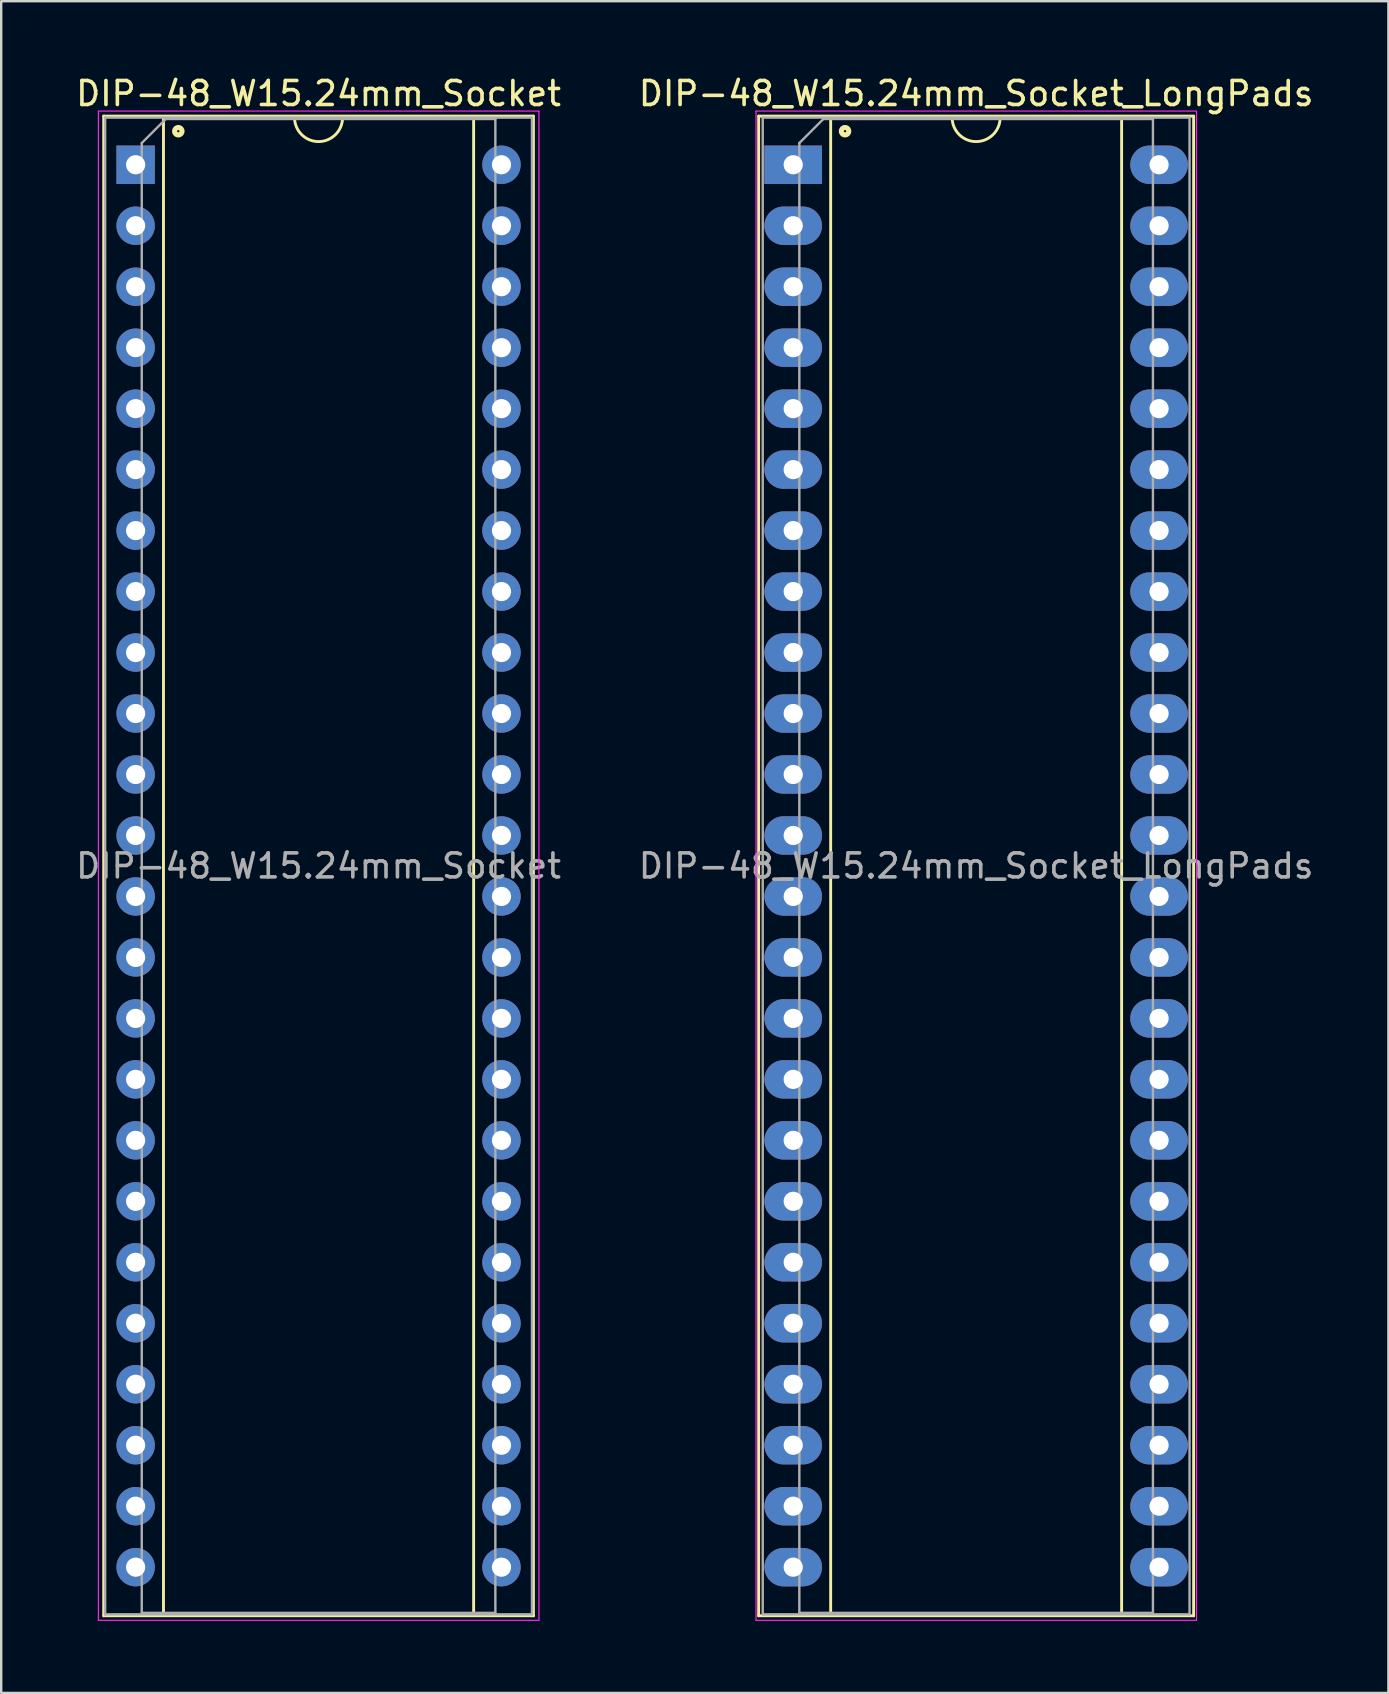
<source format=kicad_pcb>
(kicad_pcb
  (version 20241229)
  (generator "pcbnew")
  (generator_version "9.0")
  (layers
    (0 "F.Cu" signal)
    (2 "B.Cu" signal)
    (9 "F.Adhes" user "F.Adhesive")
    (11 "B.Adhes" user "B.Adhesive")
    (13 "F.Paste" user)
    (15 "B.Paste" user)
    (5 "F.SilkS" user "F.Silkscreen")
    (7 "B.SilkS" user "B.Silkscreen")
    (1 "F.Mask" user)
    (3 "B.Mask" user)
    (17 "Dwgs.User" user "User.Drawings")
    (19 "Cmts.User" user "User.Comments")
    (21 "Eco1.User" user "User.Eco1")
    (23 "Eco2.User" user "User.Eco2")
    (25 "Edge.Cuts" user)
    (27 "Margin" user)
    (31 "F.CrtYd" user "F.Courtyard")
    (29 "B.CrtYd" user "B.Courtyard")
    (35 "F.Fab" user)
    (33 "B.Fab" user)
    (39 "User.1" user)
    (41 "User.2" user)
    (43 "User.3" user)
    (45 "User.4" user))
  (footprint "DIP-48_W15.24mm_Socket_LongPads"
    (layer "F.Cu")
    (at 29.993 3.813)
    (property "Reference" "DIP-48_W15.24mm_Socket_LongPads" (at 7.62 -2.965 0) (layer "F.SilkS") (effects (font (size 1 1) (thickness 0.15))))
    (attr through_hole)
    (fp_line (start -1.44 -2.025) (end -1.44 60.445) (stroke (width 0.12) (type solid)) (layer "F.SilkS"))
    (fp_line (start -1.44 60.445) (end 16.68 60.445) (stroke (width 0.12) (type solid)) (layer "F.SilkS"))
    (fp_line (start 1.56 -1.965) (end 1.56 60.385) (stroke (width 0.12) (type solid)) (layer "F.SilkS"))
    (fp_line (start 1.56 60.385) (end 13.68 60.385) (stroke (width 0.12) (type solid)) (layer "F.SilkS"))
    (fp_line (start 6.62 -1.965) (end 1.56 -1.965) (stroke (width 0.12) (type solid)) (layer "F.SilkS"))
    (fp_line (start 13.68 -1.965) (end 8.62 -1.965) (stroke (width 0.12) (type solid)) (layer "F.SilkS"))
    (fp_line (start 13.68 60.385) (end 13.68 -1.965) (stroke (width 0.12) (type solid)) (layer "F.SilkS"))
    (fp_line (start 16.68 -2.025) (end -1.44 -2.025) (stroke (width 0.12) (type solid)) (layer "F.SilkS"))
    (fp_line (start 16.68 60.445) (end 16.68 -2.025) (stroke (width 0.12) (type solid)) (layer "F.SilkS"))
    (fp_arc (start 8.62 -1.965) (mid 7.62 -0.965) (end 6.62 -1.965) (stroke (width 0.12) (type solid)) (layer "F.SilkS"))
    (fp_circle (center 2.159 -1.397) (end 2.209 -1.397) (stroke (width 0.12) (type solid)) (fill no) (layer "F.SilkS"))
    (fp_circle (center 2.159 -1.397) (end 2.284 -1.397) (stroke (width 0.12) (type solid)) (fill no) (layer "F.SilkS"))
    (fp_circle (center 2.159 -1.397) (end 2.359 -1.397) (stroke (width 0.12) (type solid)) (fill no) (layer "F.SilkS"))
    (fp_line (start -1.55 -2.235) (end -1.55 60.635) (stroke (width 0.05) (type solid)) (layer "F.CrtYd"))
    (fp_line (start -1.55 60.635) (end 16.8 60.635) (stroke (width 0.05) (type solid)) (layer "F.CrtYd"))
    (fp_line (start 16.8 -2.235) (end -1.55 -2.235) (stroke (width 0.05) (type solid)) (layer "F.CrtYd"))
    (fp_line (start 16.8 60.635) (end 16.8 -2.235) (stroke (width 0.05) (type solid)) (layer "F.CrtYd"))
    (fp_line (start -1.27 -1.965) (end -1.27 60.385) (stroke (width 0.1) (type solid)) (layer "F.Fab"))
    (fp_line (start -1.27 60.385) (end 16.51 60.385) (stroke (width 0.1) (type solid)) (layer "F.Fab"))
    (fp_line (start 0.255 -0.905) (end 1.255 -1.905) (stroke (width 0.1) (type solid)) (layer "F.Fab"))
    (fp_line (start 0.255 60.325) (end 0.255 -0.905) (stroke (width 0.1) (type solid)) (layer "F.Fab"))
    (fp_line (start 1.255 -1.905) (end 14.985 -1.905) (stroke (width 0.1) (type solid)) (layer "F.Fab"))
    (fp_line (start 14.985 -1.905) (end 14.985 60.325) (stroke (width 0.1) (type solid)) (layer "F.Fab"))
    (fp_line (start 14.985 60.325) (end 0.255 60.325) (stroke (width 0.1) (type solid)) (layer "F.Fab"))
    (fp_line (start 16.51 -1.965) (end -1.27 -1.965) (stroke (width 0.1) (type solid)) (layer "F.Fab"))
    (fp_line (start 16.51 60.385) (end 16.51 -1.965) (stroke (width 0.1) (type solid)) (layer "F.Fab"))
    (fp_text user "${REFERENCE}" (at 7.62 29.21 0) (layer "F.Fab") (effects (font (size 1 1) (thickness 0.15))))
    (pad "1" thru_hole rect (at 0 0) (size 2.4 1.6) (drill 0.8) (layers "*.Cu" "*.Mask"))
    (pad "2" thru_hole oval (at 0 2.54) (size 2.4 1.6) (drill 0.8) (layers "*.Cu" "*.Mask"))
    (pad "3" thru_hole oval (at 0 5.08) (size 2.4 1.6) (drill 0.8) (layers "*.Cu" "*.Mask"))
    (pad "4" thru_hole oval (at 0 7.62) (size 2.4 1.6) (drill 0.8) (layers "*.Cu" "*.Mask"))
    (pad "5" thru_hole oval (at 0 10.16) (size 2.4 1.6) (drill 0.8) (layers "*.Cu" "*.Mask"))
    (pad "6" thru_hole oval (at 0 12.7) (size 2.4 1.6) (drill 0.8) (layers "*.Cu" "*.Mask"))
    (pad "7" thru_hole oval (at 0 15.24) (size 2.4 1.6) (drill 0.8) (layers "*.Cu" "*.Mask"))
    (pad "8" thru_hole oval (at 0 17.78) (size 2.4 1.6) (drill 0.8) (layers "*.Cu" "*.Mask"))
    (pad "9" thru_hole oval (at 0 20.32) (size 2.4 1.6) (drill 0.8) (layers "*.Cu" "*.Mask"))
    (pad "10" thru_hole oval (at 0 22.86) (size 2.4 1.6) (drill 0.8) (layers "*.Cu" "*.Mask"))
    (pad "11" thru_hole oval (at 0 25.4) (size 2.4 1.6) (drill 0.8) (layers "*.Cu" "*.Mask"))
    (pad "12" thru_hole oval (at 0 27.94) (size 2.4 1.6) (drill 0.8) (layers "*.Cu" "*.Mask"))
    (pad "13" thru_hole oval (at 0 30.48) (size 2.4 1.6) (drill 0.8) (layers "*.Cu" "*.Mask"))
    (pad "14" thru_hole oval (at 0 33.02) (size 2.4 1.6) (drill 0.8) (layers "*.Cu" "*.Mask"))
    (pad "15" thru_hole oval (at 0 35.56) (size 2.4 1.6) (drill 0.8) (layers "*.Cu" "*.Mask"))
    (pad "16" thru_hole oval (at 0 38.1) (size 2.4 1.6) (drill 0.8) (layers "*.Cu" "*.Mask"))
    (pad "17" thru_hole oval (at 0 40.64) (size 2.4 1.6) (drill 0.8) (layers "*.Cu" "*.Mask"))
    (pad "18" thru_hole oval (at 0 43.18) (size 2.4 1.6) (drill 0.8) (layers "*.Cu" "*.Mask"))
    (pad "19" thru_hole oval (at 0 45.72) (size 2.4 1.6) (drill 0.8) (layers "*.Cu" "*.Mask"))
    (pad "20" thru_hole oval (at 0 48.26) (size 2.4 1.6) (drill 0.8) (layers "*.Cu" "*.Mask"))
    (pad "21" thru_hole oval (at 0 50.8) (size 2.4 1.6) (drill 0.8) (layers "*.Cu" "*.Mask"))
    (pad "22" thru_hole oval (at 0 53.34) (size 2.4 1.6) (drill 0.8) (layers "*.Cu" "*.Mask"))
    (pad "23" thru_hole oval (at 0 55.88) (size 2.4 1.6) (drill 0.8) (layers "*.Cu" "*.Mask"))
    (pad "24" thru_hole oval (at 0 58.42) (size 2.4 1.6) (drill 0.8) (layers "*.Cu" "*.Mask"))
    (pad "25" thru_hole oval (at 15.24 58.42) (size 2.4 1.6) (drill 0.8) (layers "*.Cu" "*.Mask"))
    (pad "26" thru_hole oval (at 15.24 55.88) (size 2.4 1.6) (drill 0.8) (layers "*.Cu" "*.Mask"))
    (pad "27" thru_hole oval (at 15.24 53.34) (size 2.4 1.6) (drill 0.8) (layers "*.Cu" "*.Mask"))
    (pad "28" thru_hole oval (at 15.24 50.8) (size 2.4 1.6) (drill 0.8) (layers "*.Cu" "*.Mask"))
    (pad "29" thru_hole oval (at 15.24 48.26) (size 2.4 1.6) (drill 0.8) (layers "*.Cu" "*.Mask"))
    (pad "30" thru_hole oval (at 15.24 45.72) (size 2.4 1.6) (drill 0.8) (layers "*.Cu" "*.Mask"))
    (pad "31" thru_hole oval (at 15.24 43.18) (size 2.4 1.6) (drill 0.8) (layers "*.Cu" "*.Mask"))
    (pad "32" thru_hole oval (at 15.24 40.64) (size 2.4 1.6) (drill 0.8) (layers "*.Cu" "*.Mask"))
    (pad "33" thru_hole oval (at 15.24 38.1) (size 2.4 1.6) (drill 0.8) (layers "*.Cu" "*.Mask"))
    (pad "34" thru_hole oval (at 15.24 35.56) (size 2.4 1.6) (drill 0.8) (layers "*.Cu" "*.Mask"))
    (pad "35" thru_hole oval (at 15.24 33.02) (size 2.4 1.6) (drill 0.8) (layers "*.Cu" "*.Mask"))
    (pad "36" thru_hole oval (at 15.24 30.48) (size 2.4 1.6) (drill 0.8) (layers "*.Cu" "*.Mask"))
    (pad "37" thru_hole oval (at 15.24 27.94) (size 2.4 1.6) (drill 0.8) (layers "*.Cu" "*.Mask"))
    (pad "38" thru_hole oval (at 15.24 25.4) (size 2.4 1.6) (drill 0.8) (layers "*.Cu" "*.Mask"))
    (pad "39" thru_hole oval (at 15.24 22.86) (size 2.4 1.6) (drill 0.8) (layers "*.Cu" "*.Mask"))
    (pad "40" thru_hole oval (at 15.24 20.32) (size 2.4 1.6) (drill 0.8) (layers "*.Cu" "*.Mask"))
    (pad "41" thru_hole oval (at 15.24 17.78) (size 2.4 1.6) (drill 0.8) (layers "*.Cu" "*.Mask"))
    (pad "42" thru_hole oval (at 15.24 15.24) (size 2.4 1.6) (drill 0.8) (layers "*.Cu" "*.Mask"))
    (pad "43" thru_hole oval (at 15.24 12.7) (size 2.4 1.6) (drill 0.8) (layers "*.Cu" "*.Mask"))
    (pad "44" thru_hole oval (at 15.24 10.16) (size 2.4 1.6) (drill 0.8) (layers "*.Cu" "*.Mask"))
    (pad "45" thru_hole oval (at 15.24 7.62) (size 2.4 1.6) (drill 0.8) (layers "*.Cu" "*.Mask"))
    (pad "46" thru_hole oval (at 15.24 5.08) (size 2.4 1.6) (drill 0.8) (layers "*.Cu" "*.Mask"))
    (pad "47" thru_hole oval (at 15.24 2.54) (size 2.4 1.6) (drill 0.8) (layers "*.Cu" "*.Mask"))
    (pad "48" thru_hole oval (at 15.24 0) (size 2.4 1.6) (drill 0.8) (layers "*.Cu" "*.Mask")))
  (footprint "DIP-48_W15.24mm_Socket"
    (layer "F.Cu")
    (at 2.6 3.813)
    (property "Reference" "DIP-48_W15.24mm_Socket" (at 7.62 -2.965 0) (layer "F.SilkS") (effects (font (size 1 1) (thickness 0.15))))
    (attr through_hole)
    (fp_line (start -1.33 -2.025) (end -1.33 60.445) (stroke (width 0.12) (type solid)) (layer "F.SilkS"))
    (fp_line (start -1.33 60.445) (end 16.57 60.445) (stroke (width 0.12) (type solid)) (layer "F.SilkS"))
    (fp_line (start 1.16 -1.965) (end 1.16 60.385) (stroke (width 0.12) (type solid)) (layer "F.SilkS"))
    (fp_line (start 1.16 60.385) (end 14.08 60.385) (stroke (width 0.12) (type solid)) (layer "F.SilkS"))
    (fp_line (start 6.62 -1.965) (end 1.16 -1.965) (stroke (width 0.12) (type solid)) (layer "F.SilkS"))
    (fp_line (start 14.08 -1.965) (end 8.62 -1.965) (stroke (width 0.12) (type solid)) (layer "F.SilkS"))
    (fp_line (start 14.08 60.385) (end 14.08 -1.965) (stroke (width 0.12) (type solid)) (layer "F.SilkS"))
    (fp_line (start 16.57 -2.025) (end -1.33 -2.025) (stroke (width 0.12) (type solid)) (layer "F.SilkS"))
    (fp_line (start 16.57 60.445) (end 16.57 -2.025) (stroke (width 0.12) (type solid)) (layer "F.SilkS"))
    (fp_arc (start 8.62 -1.965) (mid 7.62 -0.965) (end 6.62 -1.965) (stroke (width 0.12) (type solid)) (layer "F.SilkS"))
    (fp_circle (center 1.778 -1.397) (end 1.828 -1.397) (stroke (width 0.12) (type solid)) (fill no) (layer "F.SilkS"))
    (fp_circle (center 1.778 -1.397) (end 1.903 -1.397) (stroke (width 0.12) (type solid)) (fill no) (layer "F.SilkS"))
    (fp_circle (center 1.778 -1.397) (end 1.978 -1.397) (stroke (width 0.12) (type solid)) (fill no) (layer "F.SilkS"))
    (fp_line (start -1.55 -2.235) (end -1.55 60.635) (stroke (width 0.05) (type solid)) (layer "F.CrtYd"))
    (fp_line (start -1.55 60.635) (end 16.8 60.635) (stroke (width 0.05) (type solid)) (layer "F.CrtYd"))
    (fp_line (start 16.8 -2.235) (end -1.55 -2.235) (stroke (width 0.05) (type solid)) (layer "F.CrtYd"))
    (fp_line (start 16.8 60.635) (end 16.8 -2.235) (stroke (width 0.05) (type solid)) (layer "F.CrtYd"))
    (fp_line (start -1.27 -1.965) (end -1.27 60.385) (stroke (width 0.1) (type solid)) (layer "F.Fab"))
    (fp_line (start -1.27 60.385) (end 16.51 60.385) (stroke (width 0.1) (type solid)) (layer "F.Fab"))
    (fp_line (start 0.255 -0.905) (end 1.255 -1.905) (stroke (width 0.1) (type solid)) (layer "F.Fab"))
    (fp_line (start 0.255 60.325) (end 0.255 -0.905) (stroke (width 0.1) (type solid)) (layer "F.Fab"))
    (fp_line (start 1.255 -1.905) (end 14.985 -1.905) (stroke (width 0.1) (type solid)) (layer "F.Fab"))
    (fp_line (start 14.985 -1.905) (end 14.985 60.325) (stroke (width 0.1) (type solid)) (layer "F.Fab"))
    (fp_line (start 14.985 60.325) (end 0.255 60.325) (stroke (width 0.1) (type solid)) (layer "F.Fab"))
    (fp_line (start 16.51 -1.965) (end -1.27 -1.965) (stroke (width 0.1) (type solid)) (layer "F.Fab"))
    (fp_line (start 16.51 60.385) (end 16.51 -1.965) (stroke (width 0.1) (type solid)) (layer "F.Fab"))
    (fp_text user "${REFERENCE}" (at 7.62 29.21 0) (layer "F.Fab") (effects (font (size 1 1) (thickness 0.15))))
    (pad "1" thru_hole rect (at 0 0) (size 1.6 1.6) (drill 0.8) (layers "*.Cu" "*.Mask"))
    (pad "2" thru_hole oval (at 0 2.54) (size 1.6 1.6) (drill 0.8) (layers "*.Cu" "*.Mask"))
    (pad "3" thru_hole oval (at 0 5.08) (size 1.6 1.6) (drill 0.8) (layers "*.Cu" "*.Mask"))
    (pad "4" thru_hole oval (at 0 7.62) (size 1.6 1.6) (drill 0.8) (layers "*.Cu" "*.Mask"))
    (pad "5" thru_hole oval (at 0 10.16) (size 1.6 1.6) (drill 0.8) (layers "*.Cu" "*.Mask"))
    (pad "6" thru_hole oval (at 0 12.7) (size 1.6 1.6) (drill 0.8) (layers "*.Cu" "*.Mask"))
    (pad "7" thru_hole oval (at 0 15.24) (size 1.6 1.6) (drill 0.8) (layers "*.Cu" "*.Mask"))
    (pad "8" thru_hole oval (at 0 17.78) (size 1.6 1.6) (drill 0.8) (layers "*.Cu" "*.Mask"))
    (pad "9" thru_hole oval (at 0 20.32) (size 1.6 1.6) (drill 0.8) (layers "*.Cu" "*.Mask"))
    (pad "10" thru_hole oval (at 0 22.86) (size 1.6 1.6) (drill 0.8) (layers "*.Cu" "*.Mask"))
    (pad "11" thru_hole oval (at 0 25.4) (size 1.6 1.6) (drill 0.8) (layers "*.Cu" "*.Mask"))
    (pad "12" thru_hole oval (at 0 27.94) (size 1.6 1.6) (drill 0.8) (layers "*.Cu" "*.Mask"))
    (pad "13" thru_hole oval (at 0 30.48) (size 1.6 1.6) (drill 0.8) (layers "*.Cu" "*.Mask"))
    (pad "14" thru_hole oval (at 0 33.02) (size 1.6 1.6) (drill 0.8) (layers "*.Cu" "*.Mask"))
    (pad "15" thru_hole oval (at 0 35.56) (size 1.6 1.6) (drill 0.8) (layers "*.Cu" "*.Mask"))
    (pad "16" thru_hole oval (at 0 38.1) (size 1.6 1.6) (drill 0.8) (layers "*.Cu" "*.Mask"))
    (pad "17" thru_hole oval (at 0 40.64) (size 1.6 1.6) (drill 0.8) (layers "*.Cu" "*.Mask"))
    (pad "18" thru_hole oval (at 0 43.18) (size 1.6 1.6) (drill 0.8) (layers "*.Cu" "*.Mask"))
    (pad "19" thru_hole oval (at 0 45.72) (size 1.6 1.6) (drill 0.8) (layers "*.Cu" "*.Mask"))
    (pad "20" thru_hole oval (at 0 48.26) (size 1.6 1.6) (drill 0.8) (layers "*.Cu" "*.Mask"))
    (pad "21" thru_hole oval (at 0 50.8) (size 1.6 1.6) (drill 0.8) (layers "*.Cu" "*.Mask"))
    (pad "22" thru_hole oval (at 0 53.34) (size 1.6 1.6) (drill 0.8) (layers "*.Cu" "*.Mask"))
    (pad "23" thru_hole oval (at 0 55.88) (size 1.6 1.6) (drill 0.8) (layers "*.Cu" "*.Mask"))
    (pad "24" thru_hole oval (at 0 58.42) (size 1.6 1.6) (drill 0.8) (layers "*.Cu" "*.Mask"))
    (pad "25" thru_hole oval (at 15.24 58.42) (size 1.6 1.6) (drill 0.8) (layers "*.Cu" "*.Mask"))
    (pad "26" thru_hole oval (at 15.24 55.88) (size 1.6 1.6) (drill 0.8) (layers "*.Cu" "*.Mask"))
    (pad "27" thru_hole oval (at 15.24 53.34) (size 1.6 1.6) (drill 0.8) (layers "*.Cu" "*.Mask"))
    (pad "28" thru_hole oval (at 15.24 50.8) (size 1.6 1.6) (drill 0.8) (layers "*.Cu" "*.Mask"))
    (pad "29" thru_hole oval (at 15.24 48.26) (size 1.6 1.6) (drill 0.8) (layers "*.Cu" "*.Mask"))
    (pad "30" thru_hole oval (at 15.24 45.72) (size 1.6 1.6) (drill 0.8) (layers "*.Cu" "*.Mask"))
    (pad "31" thru_hole oval (at 15.24 43.18) (size 1.6 1.6) (drill 0.8) (layers "*.Cu" "*.Mask"))
    (pad "32" thru_hole oval (at 15.24 40.64) (size 1.6 1.6) (drill 0.8) (layers "*.Cu" "*.Mask"))
    (pad "33" thru_hole oval (at 15.24 38.1) (size 1.6 1.6) (drill 0.8) (layers "*.Cu" "*.Mask"))
    (pad "34" thru_hole oval (at 15.24 35.56) (size 1.6 1.6) (drill 0.8) (layers "*.Cu" "*.Mask"))
    (pad "35" thru_hole oval (at 15.24 33.02) (size 1.6 1.6) (drill 0.8) (layers "*.Cu" "*.Mask"))
    (pad "36" thru_hole oval (at 15.24 30.48) (size 1.6 1.6) (drill 0.8) (layers "*.Cu" "*.Mask"))
    (pad "37" thru_hole oval (at 15.24 27.94) (size 1.6 1.6) (drill 0.8) (layers "*.Cu" "*.Mask"))
    (pad "38" thru_hole oval (at 15.24 25.4) (size 1.6 1.6) (drill 0.8) (layers "*.Cu" "*.Mask"))
    (pad "39" thru_hole oval (at 15.24 22.86) (size 1.6 1.6) (drill 0.8) (layers "*.Cu" "*.Mask"))
    (pad "40" thru_hole oval (at 15.24 20.32) (size 1.6 1.6) (drill 0.8) (layers "*.Cu" "*.Mask"))
    (pad "41" thru_hole oval (at 15.24 17.78) (size 1.6 1.6) (drill 0.8) (layers "*.Cu" "*.Mask"))
    (pad "42" thru_hole oval (at 15.24 15.24) (size 1.6 1.6) (drill 0.8) (layers "*.Cu" "*.Mask"))
    (pad "43" thru_hole oval (at 15.24 12.7) (size 1.6 1.6) (drill 0.8) (layers "*.Cu" "*.Mask"))
    (pad "44" thru_hole oval (at 15.24 10.16) (size 1.6 1.6) (drill 0.8) (layers "*.Cu" "*.Mask"))
    (pad "45" thru_hole oval (at 15.24 7.62) (size 1.6 1.6) (drill 0.8) (layers "*.Cu" "*.Mask"))
    (pad "46" thru_hole oval (at 15.24 5.08) (size 1.6 1.6) (drill 0.8) (layers "*.Cu" "*.Mask"))
    (pad "47" thru_hole oval (at 15.24 2.54) (size 1.6 1.6) (drill 0.8) (layers "*.Cu" "*.Mask"))
    (pad "48" thru_hole oval (at 15.24 0) (size 1.6 1.6) (drill 0.8) (layers "*.Cu" "*.Mask")))
  (gr_rect
    (start -3 -3)
    (end 54.786 67.473)
    (stroke (width 0.1) (type default))
    (fill no)
    (layer "Edge.Cuts")))
</source>
